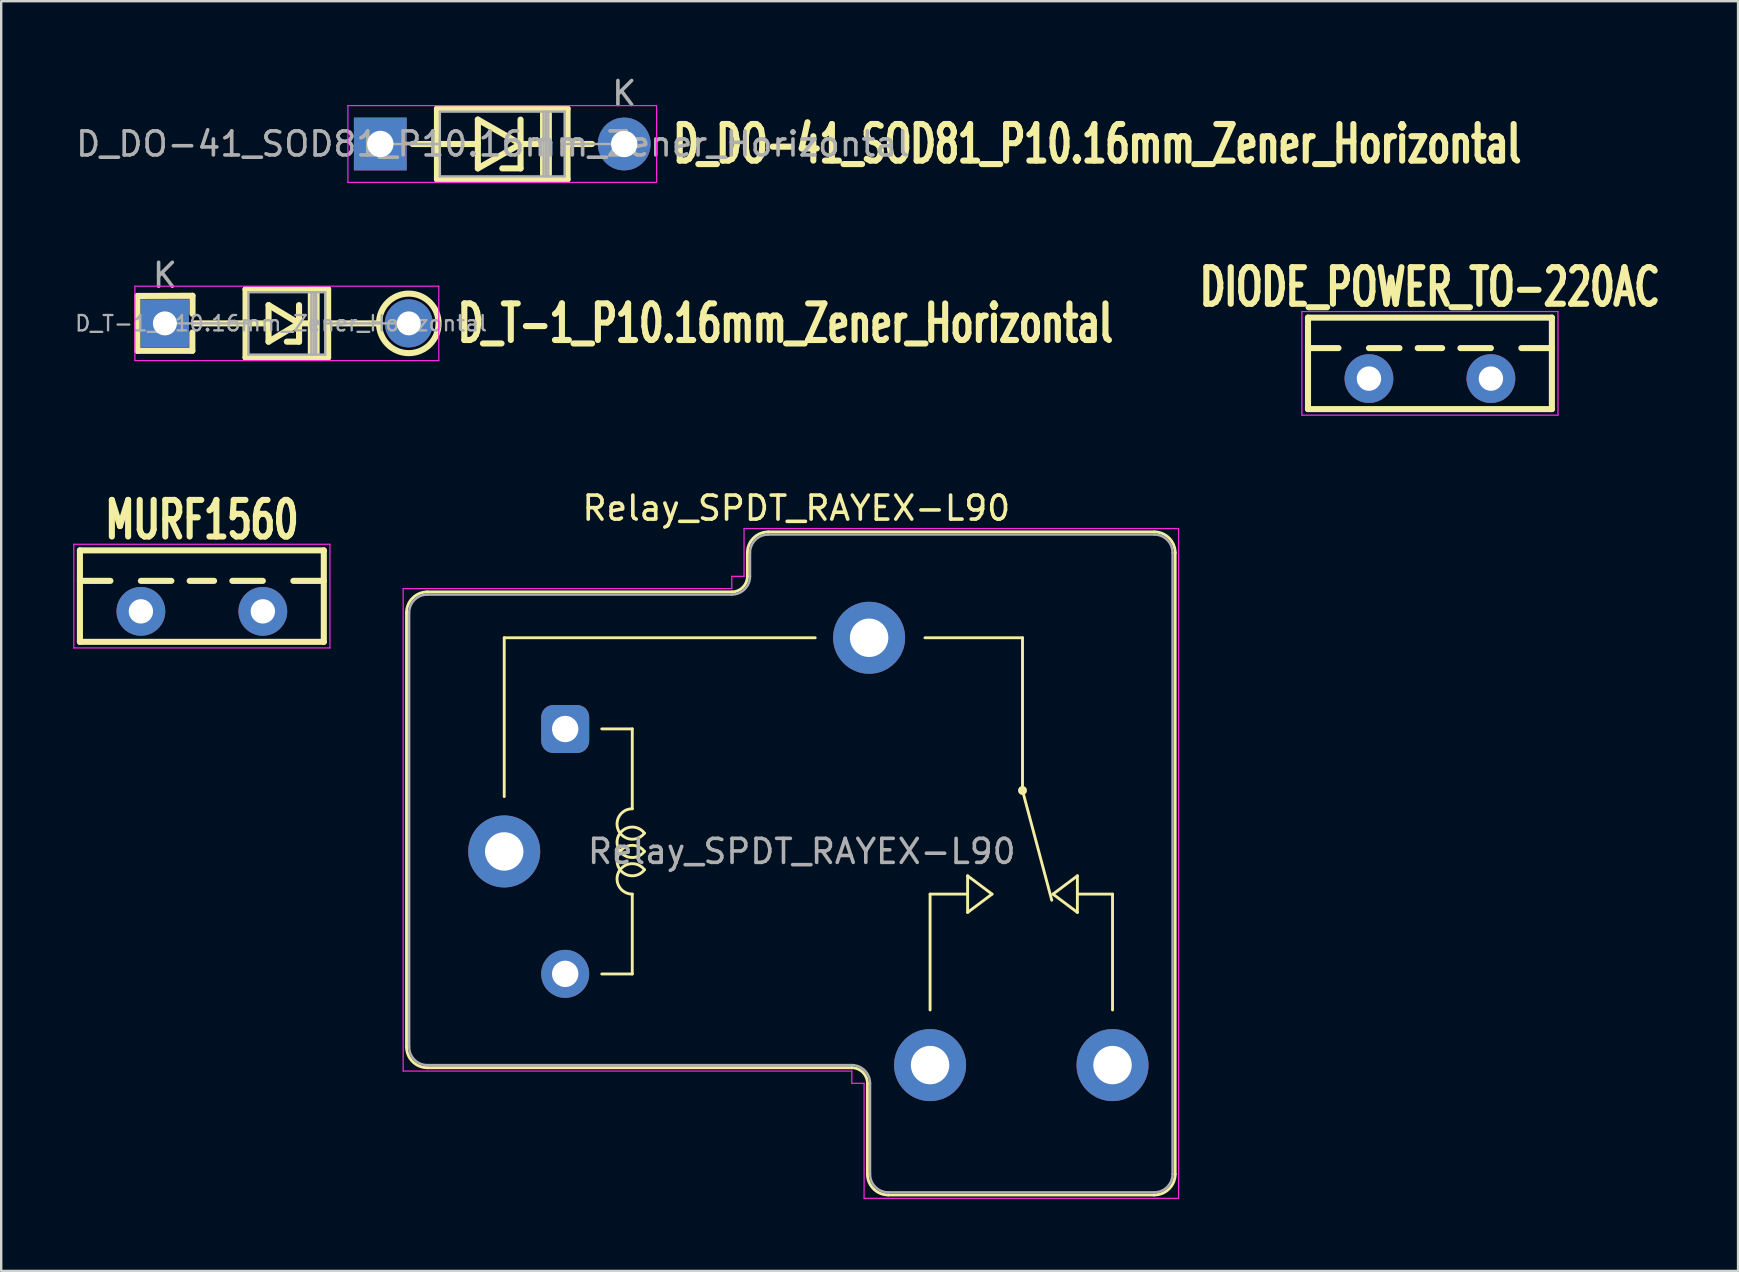
<source format=kicad_pcb>
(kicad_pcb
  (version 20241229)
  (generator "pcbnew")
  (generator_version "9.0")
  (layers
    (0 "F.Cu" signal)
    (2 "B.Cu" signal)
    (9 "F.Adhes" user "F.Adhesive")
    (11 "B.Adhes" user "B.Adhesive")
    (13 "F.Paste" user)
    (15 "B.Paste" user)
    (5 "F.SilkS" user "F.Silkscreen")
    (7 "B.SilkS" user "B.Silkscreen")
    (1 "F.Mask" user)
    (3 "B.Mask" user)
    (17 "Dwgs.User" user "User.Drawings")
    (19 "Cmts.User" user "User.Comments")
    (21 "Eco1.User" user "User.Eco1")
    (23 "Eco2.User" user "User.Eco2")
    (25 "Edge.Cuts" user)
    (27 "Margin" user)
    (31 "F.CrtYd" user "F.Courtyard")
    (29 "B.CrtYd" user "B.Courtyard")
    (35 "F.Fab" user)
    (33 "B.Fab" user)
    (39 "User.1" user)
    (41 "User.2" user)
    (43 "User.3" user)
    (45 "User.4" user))
  (footprint "MURF1560"
    (layer "F.Cu")
    (at 5.359 22.417)
    (property "Reference" "MURF1560" (at 0 -3.81 0) (layer "F.SilkS") (effects (font (size 1.524 1.016) (thickness 0.254))))
    (attr through_hole)
    (fp_line (start -5.08 -2.54) (end -5.08 1.27) (stroke (width 0.254) (type solid)) (layer "F.SilkS"))
    (fp_line (start -5.08 -1.27) (end -3.81 -1.27) (stroke (width 0.254) (type solid)) (layer "F.SilkS"))
    (fp_line (start -5.08 1.27) (end 5.08 1.27) (stroke (width 0.254) (type solid)) (layer "F.SilkS"))
    (fp_line (start -2.54 -1.27) (end -1.27 -1.27) (stroke (width 0.254) (type solid)) (layer "F.SilkS"))
    (fp_line (start -0.508 -1.27) (end 0.508 -1.27) (stroke (width 0.254) (type solid)) (layer "F.SilkS"))
    (fp_line (start 1.27 -1.27) (end 2.54 -1.27) (stroke (width 0.254) (type solid)) (layer "F.SilkS"))
    (fp_line (start 3.81 -1.27) (end 5.08 -1.27) (stroke (width 0.254) (type solid)) (layer "F.SilkS"))
    (fp_line (start 5.08 -2.54) (end -5.08 -2.54) (stroke (width 0.254) (type solid)) (layer "F.SilkS"))
    (fp_line (start 5.08 1.27) (end 5.08 -2.54) (stroke (width 0.254) (type solid)) (layer "F.SilkS"))
    (fp_line (start -5.334 -2.794) (end -5.334 1.524) (stroke (width 0.051) (type solid)) (layer "F.CrtYd"))
    (fp_line (start -5.334 1.524) (end 5.334 1.524) (stroke (width 0.051) (type solid)) (layer "F.CrtYd"))
    (fp_line (start 5.334 -2.794) (end -5.334 -2.794) (stroke (width 0.051) (type solid)) (layer "F.CrtYd"))
    (fp_line (start 5.334 1.524) (end 5.334 -2.794) (stroke (width 0.051) (type solid)) (layer "F.CrtYd"))
    (pad "1" thru_hole circle (at -2.54 0) (size 2.032 2.032) (drill 1.016) (layers "*.Cu" "*.Mask"))
    (pad "2" thru_hole circle (at 2.54 0) (size 2.032 2.032) (drill 1.016) (layers "*.Cu" "*.Mask")))
  (footprint "DIODE_POWER_TO-220AC"
    (layer "F.Cu")
    (at 56.516 12.721)
    (property "Reference" "DIODE_POWER_TO-220AC" (at 0 -3.81 0) (layer "F.SilkS") (effects (font (size 1.524 1.016) (thickness 0.254))))
    (attr through_hole)
    (fp_line (start -5.08 -2.54) (end -5.08 1.27) (stroke (width 0.254) (type solid)) (layer "F.SilkS"))
    (fp_line (start -5.08 -1.27) (end -3.81 -1.27) (stroke (width 0.254) (type solid)) (layer "F.SilkS"))
    (fp_line (start -5.08 1.27) (end 5.08 1.27) (stroke (width 0.254) (type solid)) (layer "F.SilkS"))
    (fp_line (start -2.54 -1.27) (end -1.27 -1.27) (stroke (width 0.254) (type solid)) (layer "F.SilkS"))
    (fp_line (start -0.508 -1.27) (end 0.508 -1.27) (stroke (width 0.254) (type solid)) (layer "F.SilkS"))
    (fp_line (start 1.27 -1.27) (end 2.54 -1.27) (stroke (width 0.254) (type solid)) (layer "F.SilkS"))
    (fp_line (start 3.81 -1.27) (end 5.08 -1.27) (stroke (width 0.254) (type solid)) (layer "F.SilkS"))
    (fp_line (start 5.08 -2.54) (end -5.08 -2.54) (stroke (width 0.254) (type solid)) (layer "F.SilkS"))
    (fp_line (start 5.08 1.27) (end 5.08 -2.54) (stroke (width 0.254) (type solid)) (layer "F.SilkS"))
    (fp_line (start -5.334 -2.794) (end -5.334 1.524) (stroke (width 0.051) (type solid)) (layer "F.CrtYd"))
    (fp_line (start -5.334 1.524) (end 5.334 1.524) (stroke (width 0.051) (type solid)) (layer "F.CrtYd"))
    (fp_line (start 5.334 -2.794) (end -5.334 -2.794) (stroke (width 0.051) (type solid)) (layer "F.CrtYd"))
    (fp_line (start 5.334 1.524) (end 5.334 -2.794) (stroke (width 0.051) (type solid)) (layer "F.CrtYd"))
    (pad "1" thru_hole circle (at 2.54 0) (size 2.032 2.032) (drill 1.016) (layers "*.Cu" "*.Mask"))
    (pad "2" thru_hole circle (at -2.54 0) (size 2.032 2.032) (drill 1.016) (layers "*.Cu" "*.Mask")))
  (footprint "Relay_SPDT_RAYEX-L90"
    (layer "F.Cu")
    (at 17.954 32.418)
    (property "Reference" "Relay_SPDT_RAYEX-L90" (at 12.167 -14.3 0) (layer "F.SilkS") (effects (font (size 1 1) (thickness 0.15))))
    (attr through_hole)
    (fp_line (start -4.07 -9.94) (end -4.07 8.14) (stroke (width 0.12) (type solid)) (layer "F.SilkS"))
    (fp_line (start -3.2 -10.81) (end 9.48 -10.81) (stroke (width 0.12) (type solid)) (layer "F.SilkS"))
    (fp_line (start -3.2 9.01) (end 14.48 9.01) (stroke (width 0.12) (type solid)) (layer "F.SilkS"))
    (fp_line (start 0 -8.9) (end 0 -2.286) (stroke (width 0.12) (type solid)) (layer "F.SilkS"))
    (fp_line (start 0 -8.9) (end 12.954 -8.9) (stroke (width 0.12) (type solid)) (layer "F.SilkS"))
    (fp_line (start 4.064 -5.105) (end 5.334 -5.105) (stroke (width 0.12) (type solid)) (layer "F.SilkS"))
    (fp_line (start 5.334 -1.778) (end 5.334 -5.105) (stroke (width 0.12) (type solid)) (layer "F.SilkS"))
    (fp_line (start 5.334 5.105) (end 4.064 5.105) (stroke (width 0.12) (type solid)) (layer "F.SilkS"))
    (fp_line (start 5.334 5.105) (end 5.334 1.778) (stroke (width 0.12) (type solid)) (layer "F.SilkS"))
    (fp_line (start 10.13 -12.44) (end 10.13 -11.46) (stroke (width 0.12) (type solid)) (layer "F.SilkS"))
    (fp_line (start 11 -13.31) (end 27.08 -13.31) (stroke (width 0.12) (type solid)) (layer "F.SilkS"))
    (fp_line (start 15.13 9.66) (end 15.13 13.44) (stroke (width 0.12) (type solid)) (layer "F.SilkS"))
    (fp_line (start 16 14.31) (end 27.08 14.31) (stroke (width 0.12) (type solid)) (layer "F.SilkS"))
    (fp_line (start 17.74 1.778) (end 19.304 1.778) (stroke (width 0.12) (type solid)) (layer "F.SilkS"))
    (fp_line (start 17.74 6.604) (end 17.74 1.778) (stroke (width 0.12) (type solid)) (layer "F.SilkS"))
    (fp_line (start 19.304 1.016) (end 19.304 2.54) (stroke (width 0.12) (type solid)) (layer "F.SilkS"))
    (fp_line (start 19.304 2.54) (end 20.32 1.778) (stroke (width 0.12) (type solid)) (layer "F.SilkS"))
    (fp_line (start 20.32 1.778) (end 19.304 1.016) (stroke (width 0.12) (type solid)) (layer "F.SilkS"))
    (fp_line (start 21.59 -8.9) (end 17.526 -8.9) (stroke (width 0.12) (type solid)) (layer "F.SilkS"))
    (fp_line (start 21.59 -2.54) (end 21.59 -8.9) (stroke (width 0.12) (type solid)) (layer "F.SilkS"))
    (fp_line (start 21.59 -2.54) (end 22.809 2.032) (stroke (width 0.12) (type solid)) (layer "F.SilkS"))
    (fp_line (start 22.86 1.778) (end 23.876 1.016) (stroke (width 0.12) (type solid)) (layer "F.SilkS"))
    (fp_line (start 23.876 1.778) (end 25.34 1.778) (stroke (width 0.12) (type solid)) (layer "F.SilkS"))
    (fp_line (start 23.876 2.54) (end 22.86 1.778) (stroke (width 0.12) (type solid)) (layer "F.SilkS"))
    (fp_line (start 23.876 2.54) (end 23.876 1.016) (stroke (width 0.12) (type solid)) (layer "F.SilkS"))
    (fp_line (start 25.34 1.778) (end 25.34 6.604) (stroke (width 0.12) (type solid)) (layer "F.SilkS"))
    (fp_line (start 27.95 -12.44) (end 27.95 13.44) (stroke (width 0.12) (type solid)) (layer "F.SilkS"))
    (fp_arc (start -4.07 -9.94) (mid -3.815183 -10.555183) (end -3.2 -10.81) (stroke (width 0.12) (type solid)) (layer "F.SilkS"))
    (fp_arc (start -3.2 9.01) (mid -3.815183 8.755183) (end -4.07 8.14) (stroke (width 0.12) (type solid)) (layer "F.SilkS"))
    (fp_arc (start 5.334002 1.777997) (mid 4.765966 0.859171) (end 5.841802 0.76173) (stroke (width 0.12) (type solid)) (layer "F.SilkS"))
    (fp_arc (start 5.8418 -0.761733) (mid 4.765964 -0.859168) (end 5.334 -1.778) (stroke (width 0.12) (type solid)) (layer "F.SilkS"))
    (fp_arc (start 5.842265 -0.000355) (mid 4.699001 -0.380778) (end 5.842 -0.762001) (stroke (width 0.12) (type solid)) (layer "F.SilkS"))
    (fp_arc (start 5.842266 0.761644) (mid 4.699001 0.381223) (end 5.842001 -0.000002) (stroke (width 0.12) (type solid)) (layer "F.SilkS"))
    (fp_arc (start 10.13 -12.44) (mid 10.384817 -13.055183) (end 11 -13.31) (stroke (width 0.12) (type solid)) (layer "F.SilkS"))
    (fp_arc (start 10.13 -11.46) (mid 9.939619 -11.000381) (end 9.48 -10.81) (stroke (width 0.12) (type solid)) (layer "F.SilkS"))
    (fp_arc (start 14.48 9.01) (mid 14.939619 9.200381) (end 15.13 9.66) (stroke (width 0.12) (type solid)) (layer "F.SilkS"))
    (fp_arc (start 16 14.31) (mid 15.384817 14.055183) (end 15.13 13.44) (stroke (width 0.12) (type solid)) (layer "F.SilkS"))
    (fp_arc (start 27.08 -13.31) (mid 27.695183 -13.055183) (end 27.95 -12.44) (stroke (width 0.12) (type solid)) (layer "F.SilkS"))
    (fp_arc (start 27.95 13.44) (mid 27.695183 14.055183) (end 27.08 14.31) (stroke (width 0.12) (type solid)) (layer "F.SilkS"))
    (fp_circle (center 21.59 -2.54) (end 21.59 -2.413) (stroke (width 0.12) (type solid)) (fill no) (layer "F.SilkS"))
    (fp_line (start -4.21 -10.95) (end -4.21 9.15) (stroke (width 0.05) (type solid)) (layer "F.CrtYd"))
    (fp_line (start -4.21 -10.95) (end 9.48 -10.95) (stroke (width 0.05) (type solid)) (layer "F.CrtYd"))
    (fp_line (start -4.21 9.15) (end 14.48 9.15) (stroke (width 0.05) (type solid)) (layer "F.CrtYd"))
    (fp_line (start 9.48 -11.46) (end 9.48 -10.95) (stroke (width 0.05) (type solid)) (layer "F.CrtYd"))
    (fp_line (start 9.48 -11.46) (end 9.99 -11.46) (stroke (width 0.05) (type solid)) (layer "F.CrtYd"))
    (fp_line (start 9.99 -13.45) (end 9.99 -11.46) (stroke (width 0.05) (type solid)) (layer "F.CrtYd"))
    (fp_line (start 9.99 -13.45) (end 28.09 -13.45) (stroke (width 0.05) (type solid)) (layer "F.CrtYd"))
    (fp_line (start 14.48 9.15) (end 14.48 9.66) (stroke (width 0.05) (type solid)) (layer "F.CrtYd"))
    (fp_line (start 14.48 9.66) (end 14.99 9.66) (stroke (width 0.05) (type solid)) (layer "F.CrtYd"))
    (fp_line (start 14.99 9.66) (end 14.99 14.45) (stroke (width 0.05) (type solid)) (layer "F.CrtYd"))
    (fp_line (start 14.99 14.45) (end 28.09 14.45) (stroke (width 0.05) (type solid)) (layer "F.CrtYd"))
    (fp_line (start 28.09 -13.45) (end 28.09 14.45) (stroke (width 0.05) (type solid)) (layer "F.CrtYd"))
    (fp_line (start -3.96 -9.94) (end -3.96 8.14) (stroke (width 0.1) (type solid)) (layer "F.Fab"))
    (fp_line (start -3.2 -10.7) (end 9.48 -10.7) (stroke (width 0.1) (type solid)) (layer "F.Fab"))
    (fp_line (start -3.2 8.9) (end 14.48 8.9) (stroke (width 0.1) (type solid)) (layer "F.Fab"))
    (fp_line (start 10.24 -12.44) (end 10.24 -11.46) (stroke (width 0.1) (type solid)) (layer "F.Fab"))
    (fp_line (start 11 -13.2) (end 27.08 -13.2) (stroke (width 0.1) (type solid)) (layer "F.Fab"))
    (fp_line (start 15.24 9.66) (end 15.24 13.44) (stroke (width 0.1) (type solid)) (layer "F.Fab"))
    (fp_line (start 16 14.2) (end 27.08 14.2) (stroke (width 0.1) (type solid)) (layer "F.Fab"))
    (fp_line (start 27.84 -12.44) (end 27.84 13.44) (stroke (width 0.1) (type solid)) (layer "F.Fab"))
    (fp_arc (start -3.96 -9.94) (mid -3.737401 -10.477401) (end -3.2 -10.7) (stroke (width 0.1) (type solid)) (layer "F.Fab"))
    (fp_arc (start -3.2 8.9) (mid -3.737401 8.677401) (end -3.96 8.14) (stroke (width 0.1) (type solid)) (layer "F.Fab"))
    (fp_arc (start 10.24 -12.44) (mid 10.462599 -12.977401) (end 11 -13.2) (stroke (width 0.1) (type solid)) (layer "F.Fab"))
    (fp_arc (start 10.24 -11.46) (mid 10.017401 -10.922599) (end 9.48 -10.7) (stroke (width 0.1) (type solid)) (layer "F.Fab"))
    (fp_arc (start 14.48 8.9) (mid 15.017401 9.122599) (end 15.24 9.66) (stroke (width 0.1) (type solid)) (layer "F.Fab"))
    (fp_arc (start 16 14.2) (mid 15.462599 13.977401) (end 15.24 13.44) (stroke (width 0.1) (type solid)) (layer "F.Fab"))
    (fp_arc (start 27.08 -13.2) (mid 27.617401 -12.977401) (end 27.84 -12.44) (stroke (width 0.1) (type solid)) (layer "F.Fab"))
    (fp_arc (start 27.84 13.44) (mid 27.617401 13.977401) (end 27.08 14.2) (stroke (width 0.1) (type solid)) (layer "F.Fab"))
    (fp_text user "${REFERENCE}" (at 12.395 0 0) (layer "F.Fab") (effects (font (size 1 1) (thickness 0.15))))
    (pad "1" thru_hole circle (at 17.74 8.9 180) (size 3 3) (drill 1.6) (layers "*.Cu" "*.Mask"))
    (pad "2" thru_hole circle (at 0 0 180) (size 3 3) (drill 1.6) (layers "*.Cu" "*.Mask"))
    (pad "2" thru_hole circle (at 15.2 -8.9 180) (size 3 3) (drill 1.6) (layers "*.Cu" "*.Mask"))
    (pad "3" thru_hole circle (at 2.54 5.1 180) (size 2 2) (drill 1.1) (layers "*.Cu" "*.Mask"))
    (pad "4" thru_hole roundrect (at 2.54 -5.1 180) (size 2 2) (drill 1.1) (layers "*.Cu" "*.Mask") (roundrect_rratio 0.25))
    (pad "12" thru_hole circle (at 25.34 8.9 180) (size 3 3) (drill 1.6) (layers "*.Cu" "*.Mask")))
  (footprint "D_DO-41_SOD81_P10.16mm_Zener_Horizontal"
    (layer "F.Cu")
    (at 12.792 2.948)
    (property "Reference" "D_DO-41_SOD81_P10.16mm_Zener_Horizontal" (at 12.065 0 0) (layer "F.SilkS") (effects (font (size 1.524 1.016) (thickness 0.254)) (justify left)))
    (attr through_hole)
    (fp_line (start 1.34 0) (end 2.36 0) (stroke (width 0.254) (type solid)) (layer "F.SilkS"))
    (fp_line (start 2.36 -1.47) (end 2.36 1.47) (stroke (width 0.254) (type solid)) (layer "F.SilkS"))
    (fp_line (start 2.36 1.47) (end 7.8 1.47) (stroke (width 0.254) (type solid)) (layer "F.SilkS"))
    (fp_line (start 4.064 -1.016) (end 4.064 1.016) (stroke (width 0.254) (type solid)) (layer "F.SilkS"))
    (fp_line (start 4.064 0) (end 2.36 0) (stroke (width 0.254) (type solid)) (layer "F.SilkS"))
    (fp_line (start 4.064 1.016) (end 5.842 0) (stroke (width 0.254) (type solid)) (layer "F.SilkS"))
    (fp_line (start 5.842 -1.016) (end 5.842 1.016) (stroke (width 0.254) (type solid)) (layer "F.SilkS"))
    (fp_line (start 5.842 0) (end 4.064 -1.016) (stroke (width 0.254) (type solid)) (layer "F.SilkS"))
    (fp_line (start 5.842 0) (end 6.78 0) (stroke (width 0.254) (type solid)) (layer "F.SilkS"))
    (fp_line (start 5.842 1.016) (end 5.08 1.016) (stroke (width 0.254) (type solid)) (layer "F.SilkS"))
    (fp_line (start 6.78 1.47) (end 6.78 -1.47) (stroke (width 0.254) (type solid)) (layer "F.SilkS"))
    (fp_line (start 6.9 1.47) (end 6.9 -1.47) (stroke (width 0.254) (type solid)) (layer "F.SilkS"))
    (fp_line (start 7.02 1.47) (end 7.02 -1.47) (stroke (width 0.254) (type solid)) (layer "F.SilkS"))
    (fp_line (start 7.8 -1.47) (end 2.36 -1.47) (stroke (width 0.254) (type solid)) (layer "F.SilkS"))
    (fp_line (start 7.8 1.47) (end 7.8 -1.47) (stroke (width 0.254) (type solid)) (layer "F.SilkS"))
    (fp_line (start 8.82 0) (end 7.8 0) (stroke (width 0.254) (type solid)) (layer "F.SilkS"))
    (fp_line (start -1.35 -1.6) (end -1.35 1.6) (stroke (width 0.05) (type solid)) (layer "F.CrtYd"))
    (fp_line (start -1.35 1.6) (end 11.51 1.6) (stroke (width 0.05) (type solid)) (layer "F.CrtYd"))
    (fp_line (start 11.51 -1.6) (end -1.35 -1.6) (stroke (width 0.05) (type solid)) (layer "F.CrtYd"))
    (fp_line (start 11.51 1.6) (end 11.51 -1.6) (stroke (width 0.05) (type solid)) (layer "F.CrtYd"))
    (fp_line (start 0 0) (end 2.48 0) (stroke (width 0.1) (type solid)) (layer "F.Fab"))
    (fp_line (start 2.48 -1.35) (end 2.48 1.35) (stroke (width 0.1) (type solid)) (layer "F.Fab"))
    (fp_line (start 2.48 1.35) (end 7.68 1.35) (stroke (width 0.1) (type solid)) (layer "F.Fab"))
    (fp_line (start 6.8 1.35) (end 6.8 -1.35) (stroke (width 0.1) (type solid)) (layer "F.Fab"))
    (fp_line (start 6.9 1.35) (end 6.9 -1.35) (stroke (width 0.1) (type solid)) (layer "F.Fab"))
    (fp_line (start 7 1.35) (end 7 -1.35) (stroke (width 0.1) (type solid)) (layer "F.Fab"))
    (fp_line (start 7.68 -1.35) (end 2.48 -1.35) (stroke (width 0.1) (type solid)) (layer "F.Fab"))
    (fp_line (start 7.68 1.35) (end 7.68 -1.35) (stroke (width 0.1) (type solid)) (layer "F.Fab"))
    (fp_line (start 10.16 0) (end 7.68 0) (stroke (width 0.1) (type solid)) (layer "F.Fab"))
    (fp_text user "K" (at 10.16 -2.1 0) (layer "F.Fab") (effects (font (size 1 1) (thickness 0.15))))
    (fp_text user "${REFERENCE}" (at 4.69 0 180) (layer "F.Fab") (effects (font (size 1 1) (thickness 0.15))))
    (pad "1" thru_hole rect (at 0 0 180) (size 2.2 2.2) (drill 1.1) (layers "*.Cu" "*.Mask"))
    (pad "2" thru_hole oval (at 10.16 0 180) (size 2.2 2.2) (drill 1.1) (layers "*.Cu" "*.Mask")))
  (footprint "D_T-1_P10.16mm_Zener_Horizontal"
    (layer "F.Cu")
    (at 3.819 10.421)
    (property "Reference" "D_T-1_P10.16mm_Zener_Horizontal" (at 12.065 0 0) (layer "F.SilkS") (effects (font (size 1.524 1.016) (thickness 0.254)) (justify left)))
    (attr through_hole)
    (fp_line (start -1.143 -1.143) (end -1.143 1.143) (stroke (width 0.254) (type solid)) (layer "F.SilkS"))
    (fp_line (start -1.143 -1.143) (end 1.15 -1.15) (stroke (width 0.254) (type solid)) (layer "F.SilkS"))
    (fp_line (start -1.143 1.143) (end 1.143 1.143) (stroke (width 0.254) (type solid)) (layer "F.SilkS"))
    (fp_line (start 1.143 1.143) (end 1.143 0.381) (stroke (width 0.254) (type solid)) (layer "F.SilkS"))
    (fp_line (start 1.15 -1.15) (end 1.15 -0.4) (stroke (width 0.254) (type solid)) (layer "F.SilkS"))
    (fp_line (start 1.24 0) (end 3.36 0) (stroke (width 0.254) (type solid)) (layer "F.SilkS"))
    (fp_line (start 3.36 -1.42) (end 6.8 -1.42) (stroke (width 0.254) (type solid)) (layer "F.SilkS"))
    (fp_line (start 3.36 1.42) (end 3.36 -1.42) (stroke (width 0.254) (type solid)) (layer "F.SilkS"))
    (fp_line (start 4.318 -0.762) (end 4.318 0.762) (stroke (width 0.254) (type solid)) (layer "F.SilkS"))
    (fp_line (start 4.318 0) (end 3.36 0) (stroke (width 0.254) (type solid)) (layer "F.SilkS"))
    (fp_line (start 4.318 0.762) (end 5.588 0) (stroke (width 0.254) (type solid)) (layer "F.SilkS"))
    (fp_line (start 5.588 -0.762) (end 5.588 0.762) (stroke (width 0.254) (type solid)) (layer "F.SilkS"))
    (fp_line (start 5.588 0) (end 4.318 -0.762) (stroke (width 0.254) (type solid)) (layer "F.SilkS"))
    (fp_line (start 5.588 0) (end 6.08 0) (stroke (width 0.254) (type solid)) (layer "F.SilkS"))
    (fp_line (start 5.588 0.762) (end 5.08 0.762) (stroke (width 0.254) (type solid)) (layer "F.SilkS"))
    (fp_line (start 6.08 -1.42) (end 6.08 1.42) (stroke (width 0.254) (type solid)) (layer "F.SilkS"))
    (fp_line (start 6.2 -1.42) (end 6.2 1.42) (stroke (width 0.254) (type solid)) (layer "F.SilkS"))
    (fp_line (start 6.32 -1.42) (end 6.32 1.42) (stroke (width 0.254) (type solid)) (layer "F.SilkS"))
    (fp_line (start 6.8 -1.42) (end 6.8 1.42) (stroke (width 0.254) (type solid)) (layer "F.SilkS"))
    (fp_line (start 6.8 1.42) (end 3.36 1.42) (stroke (width 0.254) (type solid)) (layer "F.SilkS"))
    (fp_line (start 8.92 0) (end 6.8 0) (stroke (width 0.254) (type solid)) (layer "F.SilkS"))
    (fp_circle (center 10.16 0) (end 8.92 0) (stroke (width 0.254) (type solid)) (fill no) (layer "F.SilkS"))
    (fp_line (start -1.25 -1.55) (end -1.25 1.55) (stroke (width 0.05) (type solid)) (layer "F.CrtYd"))
    (fp_line (start -1.25 1.55) (end 11.41 1.55) (stroke (width 0.05) (type solid)) (layer "F.CrtYd"))
    (fp_line (start 11.41 -1.55) (end -1.25 -1.55) (stroke (width 0.05) (type solid)) (layer "F.CrtYd"))
    (fp_line (start 11.41 1.55) (end 11.41 -1.55) (stroke (width 0.05) (type solid)) (layer "F.CrtYd"))
    (fp_line (start 0 0) (end 3.48 0) (stroke (width 0.1) (type solid)) (layer "F.Fab"))
    (fp_line (start 3.48 -1.3) (end 6.68 -1.3) (stroke (width 0.1) (type solid)) (layer "F.Fab"))
    (fp_line (start 3.48 1.3) (end 3.48 -1.3) (stroke (width 0.1) (type solid)) (layer "F.Fab"))
    (fp_line (start 6.1 -1.3) (end 6.1 1.3) (stroke (width 0.1) (type solid)) (layer "F.Fab"))
    (fp_line (start 6.2 -1.3) (end 6.2 1.3) (stroke (width 0.1) (type solid)) (layer "F.Fab"))
    (fp_line (start 6.3 -1.3) (end 6.3 1.3) (stroke (width 0.1) (type solid)) (layer "F.Fab"))
    (fp_line (start 6.68 -1.3) (end 6.68 1.3) (stroke (width 0.1) (type solid)) (layer "F.Fab"))
    (fp_line (start 6.68 1.3) (end 3.48 1.3) (stroke (width 0.1) (type solid)) (layer "F.Fab"))
    (fp_line (start 10.16 0) (end 6.68 0) (stroke (width 0.1) (type solid)) (layer "F.Fab"))
    (fp_text user "${REFERENCE}" (at 4.84 0 0) (layer "F.Fab") (effects (font (size 0.64 0.64) (thickness 0.096))))
    (fp_text user "K" (at 0 -2 0) (layer "F.Fab") (effects (font (size 1 1) (thickness 0.15))))
    (pad "1" thru_hole rect (at 0 0) (size 2 2) (drill 1) (layers "*.Cu" "*.Mask"))
    (pad "2" thru_hole oval (at 10.16 0) (size 2 2) (drill 1) (layers "*.Cu" "*.Mask")))
  (gr_rect
    (start -3 -3)
    (end 69.351 49.893)
    (stroke (width 0.1) (type default))
    (fill no)
    (layer "Edge.Cuts")))
</source>
